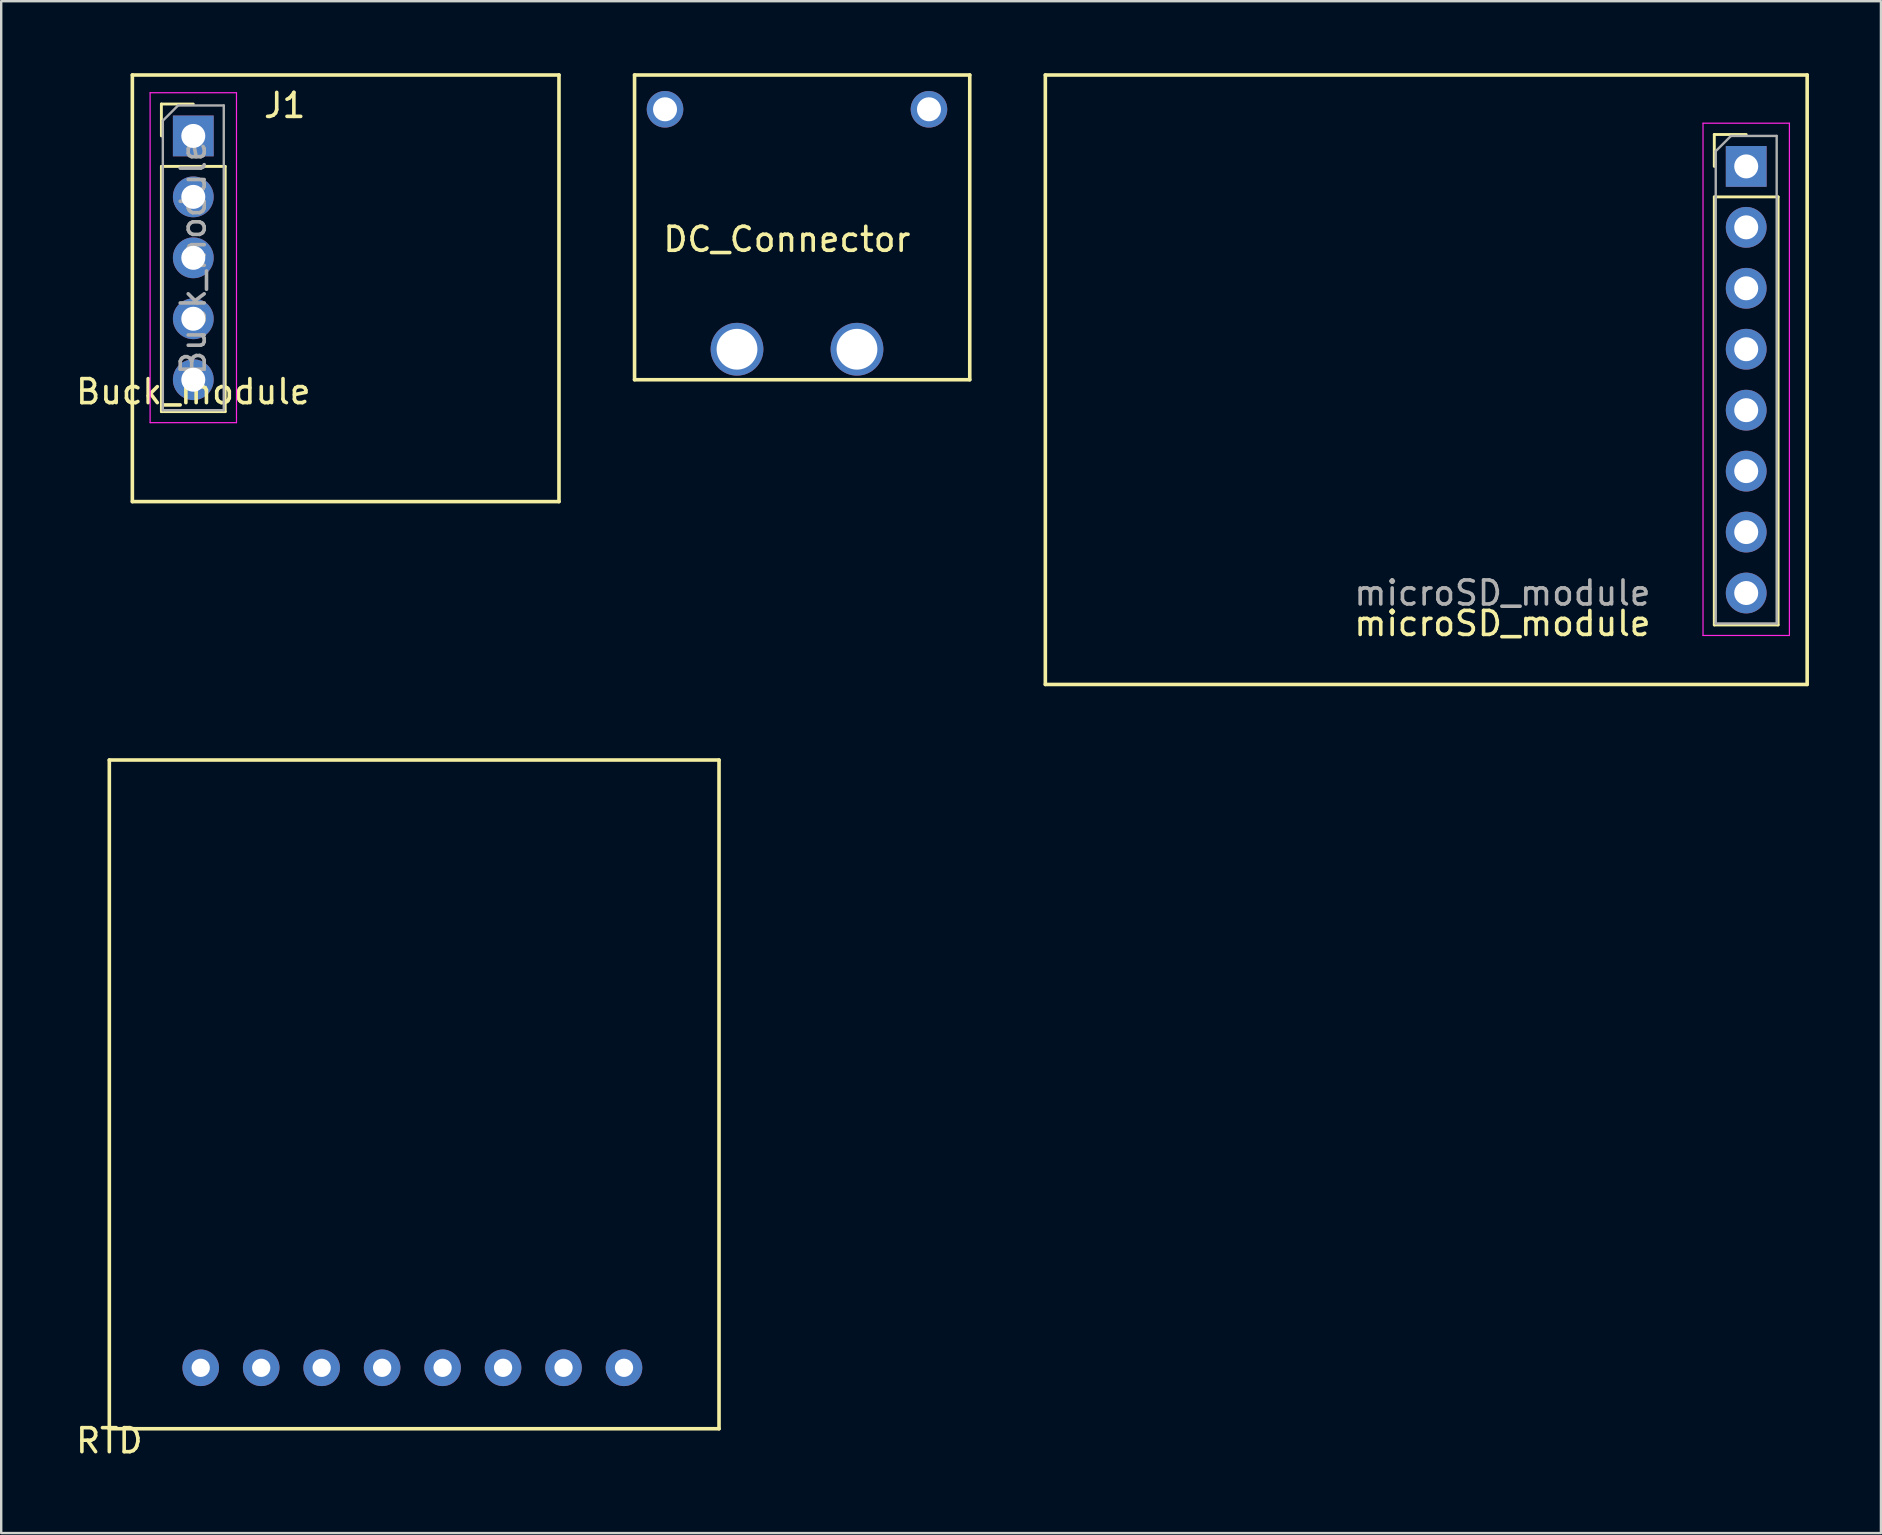
<source format=kicad_pcb>
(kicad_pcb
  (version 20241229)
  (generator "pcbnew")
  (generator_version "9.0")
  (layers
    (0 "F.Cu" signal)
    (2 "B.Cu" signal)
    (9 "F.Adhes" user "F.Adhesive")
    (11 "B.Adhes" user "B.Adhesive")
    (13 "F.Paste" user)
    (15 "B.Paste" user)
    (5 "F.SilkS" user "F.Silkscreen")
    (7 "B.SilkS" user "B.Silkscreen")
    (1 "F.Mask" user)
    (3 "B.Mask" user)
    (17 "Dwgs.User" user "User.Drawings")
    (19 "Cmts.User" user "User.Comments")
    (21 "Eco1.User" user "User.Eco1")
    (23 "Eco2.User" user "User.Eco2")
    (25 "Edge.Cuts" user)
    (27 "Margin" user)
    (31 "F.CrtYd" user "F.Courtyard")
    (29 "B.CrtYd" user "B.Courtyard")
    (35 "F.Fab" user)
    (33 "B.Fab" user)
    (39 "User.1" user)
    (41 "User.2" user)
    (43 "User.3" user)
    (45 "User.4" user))
  (footprint "RTD"
    (layer "F.Cu")
    (at 1.506 56.495)
    (property "Reference" "RTD" (at 0 0.5 0) (layer "F.SilkS") (effects (font (size 1 1) (thickness 0.15))))
    (attr through_hole)
    (fp_line (start 0 -27.87) (end 25.41 -27.87) (stroke (width 0.15) (type solid)) (layer "F.SilkS"))
    (fp_line (start 0 0) (end 0 -27.87) (stroke (width 0.15) (type solid)) (layer "F.SilkS"))
    (fp_line (start 25.41 -27.87) (end 25.41 0) (stroke (width 0.15) (type solid)) (layer "F.SilkS"))
    (fp_line (start 25.41 0) (end 0 0) (stroke (width 0.15) (type solid)) (layer "F.SilkS"))
    (pad "1" thru_hole circle (at 3.81 -2.54) (size 1.524 1.524) (drill 0.762) (layers "*.Cu" "*.Mask"))
    (pad "2" thru_hole circle (at 6.33 -2.54) (size 1.524 1.524) (drill 0.762) (layers "*.Cu" "*.Mask"))
    (pad "3" thru_hole circle (at 8.85 -2.54) (size 1.524 1.524) (drill 0.762) (layers "*.Cu" "*.Mask"))
    (pad "4" thru_hole circle (at 11.37 -2.54) (size 1.524 1.524) (drill 0.762) (layers "*.Cu" "*.Mask"))
    (pad "5" thru_hole circle (at 13.89 -2.54) (size 1.524 1.524) (drill 0.762) (layers "*.Cu" "*.Mask"))
    (pad "6" thru_hole circle (at 16.41 -2.54) (size 1.524 1.524) (drill 0.762) (layers "*.Cu" "*.Mask"))
    (pad "7" thru_hole circle (at 18.93 -2.54) (size 1.524 1.524) (drill 0.762) (layers "*.Cu" "*.Mask"))
    (pad "8" thru_hole circle (at 21.45 -2.54) (size 1.524 1.524) (drill 0.762) (layers "*.Cu" "*.Mask")))
  (footprint "Buck_module"
    (layer "F.Cu")
    (at 2.466 17.855)
    (property "Reference" "Buck_module" (at 2.54 -4.58 0) (layer "F.SilkS") (effects (font (size 1 1) (thickness 0.15))))
    (attr through_hole)
    (fp_line (start 0 -17.78) (end 17.78 -17.78) (stroke (width 0.15) (type solid)) (layer "F.SilkS"))
    (fp_line (start 0 0) (end 0 -17.78) (stroke (width 0.15) (type solid)) (layer "F.SilkS"))
    (fp_line (start 1.21 -16.57) (end 2.54 -16.57) (stroke (width 0.12) (type solid)) (layer "F.SilkS"))
    (fp_line (start 1.21 -15.24) (end 1.21 -16.57) (stroke (width 0.12) (type solid)) (layer "F.SilkS"))
    (fp_line (start 1.21 -13.97) (end 1.21 -3.75) (stroke (width 0.12) (type solid)) (layer "F.SilkS"))
    (fp_line (start 1.21 -13.97) (end 3.87 -13.97) (stroke (width 0.12) (type solid)) (layer "F.SilkS"))
    (fp_line (start 1.21 -3.75) (end 3.87 -3.75) (stroke (width 0.12) (type solid)) (layer "F.SilkS"))
    (fp_line (start 3.87 -13.97) (end 3.87 -3.75) (stroke (width 0.12) (type solid)) (layer "F.SilkS"))
    (fp_line (start 17.78 -17.78) (end 17.78 0) (stroke (width 0.15) (type solid)) (layer "F.SilkS"))
    (fp_line (start 17.78 0) (end 0 0) (stroke (width 0.15) (type solid)) (layer "F.SilkS"))
    (fp_line (start 0.74 -17.04) (end 0.74 -3.29) (stroke (width 0.05) (type solid)) (layer "F.CrtYd"))
    (fp_line (start 0.74 -3.29) (end 4.34 -3.29) (stroke (width 0.05) (type solid)) (layer "F.CrtYd"))
    (fp_line (start 4.34 -17.04) (end 0.74 -17.04) (stroke (width 0.05) (type solid)) (layer "F.CrtYd"))
    (fp_line (start 4.34 -3.29) (end 4.34 -17.04) (stroke (width 0.05) (type solid)) (layer "F.CrtYd"))
    (fp_line (start 1.27 -15.875) (end 1.905 -16.51) (stroke (width 0.1) (type solid)) (layer "F.Fab"))
    (fp_line (start 1.27 -3.81) (end 1.27 -15.875) (stroke (width 0.1) (type solid)) (layer "F.Fab"))
    (fp_line (start 1.905 -16.51) (end 3.81 -16.51) (stroke (width 0.1) (type solid)) (layer "F.Fab"))
    (fp_line (start 3.81 -16.51) (end 3.81 -3.81) (stroke (width 0.1) (type solid)) (layer "F.Fab"))
    (fp_line (start 3.81 -3.81) (end 1.27 -3.81) (stroke (width 0.1) (type solid)) (layer "F.Fab"))
    (fp_text user "J1" (at 6.35 -16.51 0) (layer "F.SilkS") (effects (font (size 1 1) (thickness 0.15))))
    (fp_text user "${REFERENCE}" (at 2.54 -10.16 90) (layer "F.Fab") (effects (font (size 1 1) (thickness 0.15))))
    (pad "1" thru_hole rect (at 2.54 -15.24) (size 1.7 1.7) (drill 1) (layers "*.Cu" "*.Mask"))
    (pad "2" thru_hole oval (at 2.54 -12.7) (size 1.7 1.7) (drill 1) (layers "*.Cu" "*.Mask"))
    (pad "3" thru_hole oval (at 2.54 -10.16) (size 1.7 1.7) (drill 1) (layers "*.Cu" "*.Mask"))
    (pad "4" thru_hole oval (at 2.54 -7.62) (size 1.7 1.7) (drill 1) (layers "*.Cu" "*.Mask"))
    (pad "5" thru_hole oval (at 2.54 -5.08) (size 1.7 1.7) (drill 1) (layers "*.Cu" "*.Mask")))
  (footprint "DC_Connector"
    (layer "F.Cu")
    (at 24.666 11.505)
    (property "Reference" "DC_Connector" (at 5.08 -4.58 0) (layer "F.SilkS") (effects (font (size 1 1) (thickness 0.15))))
    (attr through_hole)
    (fp_line (start -1.27 -11.43) (end 12.7 -11.43) (stroke (width 0.15) (type solid)) (layer "F.SilkS"))
    (fp_line (start -1.27 1.27) (end -1.27 -11.43) (stroke (width 0.15) (type solid)) (layer "F.SilkS"))
    (fp_line (start 12.7 -11.43) (end 12.7 1.27) (stroke (width 0.15) (type solid)) (layer "F.SilkS"))
    (fp_line (start 12.7 1.27) (end -1.27 1.27) (stroke (width 0.15) (type solid)) (layer "F.SilkS"))
    (pad "1" thru_hole circle (at 3 0) (size 2.2 2.2) (drill 1.7) (layers "*.Cu" "*.Mask"))
    (pad "2" thru_hole circle (at 8 0) (size 2.2 2.2) (drill 1.7) (layers "*.Cu" "*.Mask"))
    (pad "3" thru_hole circle (at 11 -10) (size 1.524 1.524) (drill 1) (layers "*.Cu" "*.Mask"))
    (pad "4" thru_hole circle (at 0 -10) (size 1.524 1.524) (drill 1) (layers "*.Cu" "*.Mask")))
  (footprint "microSD_module"
    (layer "F.Cu")
    (at 69.726 21.665)
    (property "Reference" "microSD_module" (at -10.16 1.27 0) (layer "F.SilkS") (effects (font (size 1 1) (thickness 0.15))))
    (attr through_hole)
    (fp_line (start -29.21 -21.59) (end -29.21 3.81) (stroke (width 0.15) (type solid)) (layer "F.SilkS"))
    (fp_line (start -29.21 -21.59) (end 2.54 -21.59) (stroke (width 0.15) (type solid)) (layer "F.SilkS"))
    (fp_line (start -1.33 -19.11) (end 0 -19.11) (stroke (width 0.12) (type solid)) (layer "F.SilkS"))
    (fp_line (start -1.33 -17.78) (end -1.33 -19.11) (stroke (width 0.12) (type solid)) (layer "F.SilkS"))
    (fp_line (start -1.33 -16.51) (end -1.33 1.33) (stroke (width 0.12) (type solid)) (layer "F.SilkS"))
    (fp_line (start -1.33 -16.51) (end 1.33 -16.51) (stroke (width 0.12) (type solid)) (layer "F.SilkS"))
    (fp_line (start -1.33 1.33) (end 1.33 1.33) (stroke (width 0.12) (type solid)) (layer "F.SilkS"))
    (fp_line (start 1.33 -16.51) (end 1.33 1.33) (stroke (width 0.12) (type solid)) (layer "F.SilkS"))
    (fp_line (start 2.54 -21.59) (end 2.54 3.81) (stroke (width 0.15) (type solid)) (layer "F.SilkS"))
    (fp_line (start 2.54 3.81) (end -29.21 3.81) (stroke (width 0.15) (type solid)) (layer "F.SilkS"))
    (fp_line (start -1.8 -19.58) (end -1.8 1.77) (stroke (width 0.05) (type solid)) (layer "F.CrtYd"))
    (fp_line (start -1.8 1.77) (end 1.8 1.77) (stroke (width 0.05) (type solid)) (layer "F.CrtYd"))
    (fp_line (start 1.8 -19.58) (end -1.8 -19.58) (stroke (width 0.05) (type solid)) (layer "F.CrtYd"))
    (fp_line (start 1.8 1.77) (end 1.8 -19.58) (stroke (width 0.05) (type solid)) (layer "F.CrtYd"))
    (fp_line (start -1.27 -18.415) (end -0.635 -19.05) (stroke (width 0.1) (type solid)) (layer "F.Fab"))
    (fp_line (start -1.27 1.27) (end -1.27 -18.415) (stroke (width 0.1) (type solid)) (layer "F.Fab"))
    (fp_line (start -0.635 -19.05) (end 1.27 -19.05) (stroke (width 0.1) (type solid)) (layer "F.Fab"))
    (fp_line (start 1.27 -19.05) (end 1.27 1.27) (stroke (width 0.1) (type solid)) (layer "F.Fab"))
    (fp_line (start 1.27 1.27) (end -1.27 1.27) (stroke (width 0.1) (type solid)) (layer "F.Fab"))
    (fp_text user "${REFERENCE}" (at -10.16 0 0) (layer "F.Fab") (effects (font (size 1 1) (thickness 0.15))))
    (pad "1" thru_hole rect (at 0 -17.78) (size 1.7 1.7) (drill 1) (layers "*.Cu" "*.Mask"))
    (pad "2" thru_hole oval (at 0 -15.24) (size 1.7 1.7) (drill 1) (layers "*.Cu" "*.Mask"))
    (pad "3" thru_hole oval (at 0 -12.7) (size 1.7 1.7) (drill 1) (layers "*.Cu" "*.Mask"))
    (pad "4" thru_hole oval (at 0 -10.16) (size 1.7 1.7) (drill 1) (layers "*.Cu" "*.Mask"))
    (pad "5" thru_hole oval (at 0 -7.62) (size 1.7 1.7) (drill 1) (layers "*.Cu" "*.Mask"))
    (pad "6" thru_hole oval (at 0 -5.08) (size 1.7 1.7) (drill 1) (layers "*.Cu" "*.Mask"))
    (pad "7" thru_hole oval (at 0 -2.54) (size 1.7 1.7) (drill 1) (layers "*.Cu" "*.Mask"))
    (pad "8" thru_hole oval (at 0 0) (size 1.7 1.7) (drill 1) (layers "*.Cu" "*.Mask")))
  (gr_rect
    (start -3 -3)
    (end 75.341 60.843)
    (stroke (width 0.1) (type default))
    (fill no)
    (layer "Edge.Cuts")))
</source>
